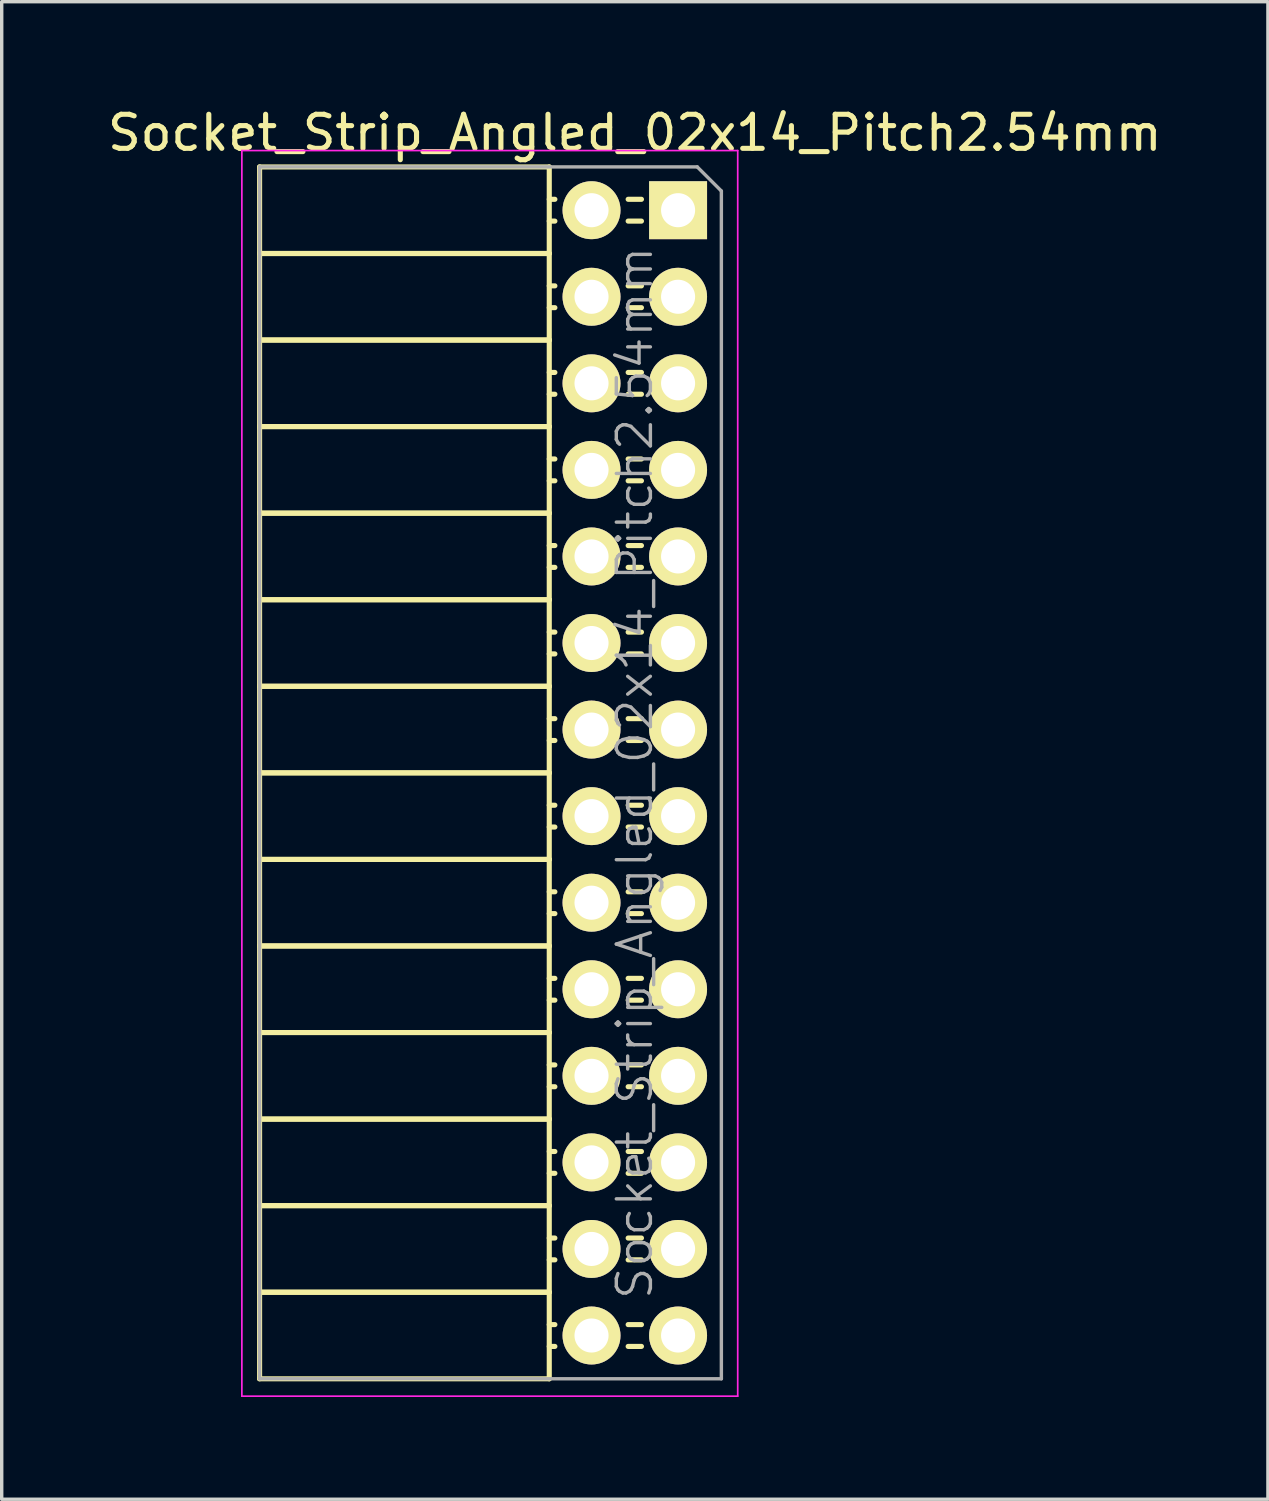
<source format=kicad_pcb>
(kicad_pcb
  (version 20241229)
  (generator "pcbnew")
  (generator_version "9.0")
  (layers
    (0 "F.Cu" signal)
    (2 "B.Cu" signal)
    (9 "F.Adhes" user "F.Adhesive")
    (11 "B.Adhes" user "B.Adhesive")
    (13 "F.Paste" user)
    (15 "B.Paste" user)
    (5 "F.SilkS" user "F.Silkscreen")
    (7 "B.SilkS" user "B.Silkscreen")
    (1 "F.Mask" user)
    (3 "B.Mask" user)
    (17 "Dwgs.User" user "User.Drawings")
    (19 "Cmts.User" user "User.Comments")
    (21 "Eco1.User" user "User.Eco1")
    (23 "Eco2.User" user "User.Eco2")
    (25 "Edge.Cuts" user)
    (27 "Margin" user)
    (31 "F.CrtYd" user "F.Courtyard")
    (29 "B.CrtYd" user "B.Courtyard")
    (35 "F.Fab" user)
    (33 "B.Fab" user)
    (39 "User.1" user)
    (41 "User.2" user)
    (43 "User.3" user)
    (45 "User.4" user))
  (footprint "Socket_Strip_Angled_02x14_Pitch2.54mm"
    (layer "F.Cu")
    (at 16.847 3.118)
    (property "Reference" "Socket_Strip_Angled_02x14_Pitch2.54mm" (at -1.27 -2.27 0) (layer "F.SilkS") (effects (font (size 1 1) (thickness 0.15))))
    (attr smd)
    (fp_line (start -12.28 -1.27) (end -12.28 1.27) (stroke (width 0.15) (type solid)) (layer "F.SilkS"))
    (fp_line (start -12.28 -1.27) (end -3.78 -1.27) (stroke (width 0.15) (type solid)) (layer "F.SilkS"))
    (fp_line (start -12.28 1.27) (end -12.28 3.81) (stroke (width 0.15) (type solid)) (layer "F.SilkS"))
    (fp_line (start -12.28 1.27) (end -3.78 1.27) (stroke (width 0.15) (type solid)) (layer "F.SilkS"))
    (fp_line (start -12.28 1.27) (end -3.78 1.27) (stroke (width 0.15) (type solid)) (layer "F.SilkS"))
    (fp_line (start -12.28 3.81) (end -12.28 6.35) (stroke (width 0.15) (type solid)) (layer "F.SilkS"))
    (fp_line (start -12.28 3.81) (end -3.78 3.81) (stroke (width 0.15) (type solid)) (layer "F.SilkS"))
    (fp_line (start -12.28 3.81) (end -3.78 3.81) (stroke (width 0.15) (type solid)) (layer "F.SilkS"))
    (fp_line (start -12.28 6.35) (end -12.28 8.89) (stroke (width 0.15) (type solid)) (layer "F.SilkS"))
    (fp_line (start -12.28 6.35) (end -3.78 6.35) (stroke (width 0.15) (type solid)) (layer "F.SilkS"))
    (fp_line (start -12.28 6.35) (end -3.78 6.35) (stroke (width 0.15) (type solid)) (layer "F.SilkS"))
    (fp_line (start -12.28 8.89) (end -12.28 11.43) (stroke (width 0.15) (type solid)) (layer "F.SilkS"))
    (fp_line (start -12.28 8.89) (end -3.78 8.89) (stroke (width 0.15) (type solid)) (layer "F.SilkS"))
    (fp_line (start -12.28 8.89) (end -3.78 8.89) (stroke (width 0.15) (type solid)) (layer "F.SilkS"))
    (fp_line (start -12.28 11.43) (end -12.28 13.97) (stroke (width 0.15) (type solid)) (layer "F.SilkS"))
    (fp_line (start -12.28 11.43) (end -3.78 11.43) (stroke (width 0.15) (type solid)) (layer "F.SilkS"))
    (fp_line (start -12.28 11.43) (end -3.78 11.43) (stroke (width 0.15) (type solid)) (layer "F.SilkS"))
    (fp_line (start -12.28 13.97) (end -12.28 16.51) (stroke (width 0.15) (type solid)) (layer "F.SilkS"))
    (fp_line (start -12.28 13.97) (end -3.78 13.97) (stroke (width 0.15) (type solid)) (layer "F.SilkS"))
    (fp_line (start -12.28 13.97) (end -3.78 13.97) (stroke (width 0.15) (type solid)) (layer "F.SilkS"))
    (fp_line (start -12.28 16.51) (end -12.28 19.05) (stroke (width 0.15) (type solid)) (layer "F.SilkS"))
    (fp_line (start -12.28 16.51) (end -3.78 16.51) (stroke (width 0.15) (type solid)) (layer "F.SilkS"))
    (fp_line (start -12.28 16.51) (end -3.78 16.51) (stroke (width 0.15) (type solid)) (layer "F.SilkS"))
    (fp_line (start -12.28 19.05) (end -12.28 21.59) (stroke (width 0.15) (type solid)) (layer "F.SilkS"))
    (fp_line (start -12.28 19.05) (end -3.78 19.05) (stroke (width 0.15) (type solid)) (layer "F.SilkS"))
    (fp_line (start -12.28 19.05) (end -3.78 19.05) (stroke (width 0.15) (type solid)) (layer "F.SilkS"))
    (fp_line (start -12.28 21.59) (end -12.28 24.13) (stroke (width 0.15) (type solid)) (layer "F.SilkS"))
    (fp_line (start -12.28 21.59) (end -3.78 21.59) (stroke (width 0.15) (type solid)) (layer "F.SilkS"))
    (fp_line (start -12.28 21.59) (end -3.78 21.59) (stroke (width 0.15) (type solid)) (layer "F.SilkS"))
    (fp_line (start -12.28 24.13) (end -12.28 26.67) (stroke (width 0.15) (type solid)) (layer "F.SilkS"))
    (fp_line (start -12.28 24.13) (end -3.78 24.13) (stroke (width 0.15) (type solid)) (layer "F.SilkS"))
    (fp_line (start -12.28 24.13) (end -3.78 24.13) (stroke (width 0.15) (type solid)) (layer "F.SilkS"))
    (fp_line (start -12.28 26.67) (end -12.28 29.21) (stroke (width 0.15) (type solid)) (layer "F.SilkS"))
    (fp_line (start -12.28 26.67) (end -3.78 26.67) (stroke (width 0.15) (type solid)) (layer "F.SilkS"))
    (fp_line (start -12.28 26.67) (end -3.78 26.67) (stroke (width 0.15) (type solid)) (layer "F.SilkS"))
    (fp_line (start -12.28 29.21) (end -12.28 31.75) (stroke (width 0.15) (type solid)) (layer "F.SilkS"))
    (fp_line (start -12.28 29.21) (end -3.78 29.21) (stroke (width 0.15) (type solid)) (layer "F.SilkS"))
    (fp_line (start -12.28 29.21) (end -3.78 29.21) (stroke (width 0.15) (type solid)) (layer "F.SilkS"))
    (fp_line (start -12.28 31.75) (end -12.28 34.29) (stroke (width 0.15) (type solid)) (layer "F.SilkS"))
    (fp_line (start -12.28 31.75) (end -3.78 31.75) (stroke (width 0.15) (type solid)) (layer "F.SilkS"))
    (fp_line (start -12.28 31.75) (end -3.78 31.75) (stroke (width 0.15) (type solid)) (layer "F.SilkS"))
    (fp_line (start -12.28 34.29) (end -3.78 34.29) (stroke (width 0.15) (type solid)) (layer "F.SilkS"))
    (fp_line (start -3.78 -1.27) (end -3.78 1.27) (stroke (width 0.15) (type solid)) (layer "F.SilkS"))
    (fp_line (start -3.78 -0.32) (end -3.615 -0.32) (stroke (width 0.15) (type solid)) (layer "F.SilkS"))
    (fp_line (start -3.78 0.32) (end -3.615 0.32) (stroke (width 0.15) (type solid)) (layer "F.SilkS"))
    (fp_line (start -3.78 1.27) (end -3.78 3.81) (stroke (width 0.15) (type solid)) (layer "F.SilkS"))
    (fp_line (start -3.78 2.22) (end -3.615 2.22) (stroke (width 0.15) (type solid)) (layer "F.SilkS"))
    (fp_line (start -3.78 2.86) (end -3.615 2.86) (stroke (width 0.15) (type solid)) (layer "F.SilkS"))
    (fp_line (start -3.78 3.81) (end -3.78 6.35) (stroke (width 0.15) (type solid)) (layer "F.SilkS"))
    (fp_line (start -3.78 4.76) (end -3.615 4.76) (stroke (width 0.15) (type solid)) (layer "F.SilkS"))
    (fp_line (start -3.78 5.4) (end -3.615 5.4) (stroke (width 0.15) (type solid)) (layer "F.SilkS"))
    (fp_line (start -3.78 6.35) (end -3.78 8.89) (stroke (width 0.15) (type solid)) (layer "F.SilkS"))
    (fp_line (start -3.78 7.3) (end -3.615 7.3) (stroke (width 0.15) (type solid)) (layer "F.SilkS"))
    (fp_line (start -3.78 7.94) (end -3.615 7.94) (stroke (width 0.15) (type solid)) (layer "F.SilkS"))
    (fp_line (start -3.78 8.89) (end -3.78 11.43) (stroke (width 0.15) (type solid)) (layer "F.SilkS"))
    (fp_line (start -3.78 9.84) (end -3.615 9.84) (stroke (width 0.15) (type solid)) (layer "F.SilkS"))
    (fp_line (start -3.78 10.48) (end -3.615 10.48) (stroke (width 0.15) (type solid)) (layer "F.SilkS"))
    (fp_line (start -3.78 11.43) (end -3.78 13.97) (stroke (width 0.15) (type solid)) (layer "F.SilkS"))
    (fp_line (start -3.78 12.38) (end -3.615 12.38) (stroke (width 0.15) (type solid)) (layer "F.SilkS"))
    (fp_line (start -3.78 13.02) (end -3.615 13.02) (stroke (width 0.15) (type solid)) (layer "F.SilkS"))
    (fp_line (start -3.78 13.97) (end -3.78 16.51) (stroke (width 0.15) (type solid)) (layer "F.SilkS"))
    (fp_line (start -3.78 14.92) (end -3.615 14.92) (stroke (width 0.15) (type solid)) (layer "F.SilkS"))
    (fp_line (start -3.78 15.56) (end -3.615 15.56) (stroke (width 0.15) (type solid)) (layer "F.SilkS"))
    (fp_line (start -3.78 16.51) (end -3.78 19.05) (stroke (width 0.15) (type solid)) (layer "F.SilkS"))
    (fp_line (start -3.78 17.46) (end -3.615 17.46) (stroke (width 0.15) (type solid)) (layer "F.SilkS"))
    (fp_line (start -3.78 18.1) (end -3.615 18.1) (stroke (width 0.15) (type solid)) (layer "F.SilkS"))
    (fp_line (start -3.78 19.05) (end -3.78 21.59) (stroke (width 0.15) (type solid)) (layer "F.SilkS"))
    (fp_line (start -3.78 20) (end -3.615 20) (stroke (width 0.15) (type solid)) (layer "F.SilkS"))
    (fp_line (start -3.78 20.64) (end -3.615 20.64) (stroke (width 0.15) (type solid)) (layer "F.SilkS"))
    (fp_line (start -3.78 21.59) (end -3.78 24.13) (stroke (width 0.15) (type solid)) (layer "F.SilkS"))
    (fp_line (start -3.78 22.54) (end -3.615 22.54) (stroke (width 0.15) (type solid)) (layer "F.SilkS"))
    (fp_line (start -3.78 23.18) (end -3.615 23.18) (stroke (width 0.15) (type solid)) (layer "F.SilkS"))
    (fp_line (start -3.78 24.13) (end -3.78 26.67) (stroke (width 0.15) (type solid)) (layer "F.SilkS"))
    (fp_line (start -3.78 25.08) (end -3.615 25.08) (stroke (width 0.15) (type solid)) (layer "F.SilkS"))
    (fp_line (start -3.78 25.72) (end -3.615 25.72) (stroke (width 0.15) (type solid)) (layer "F.SilkS"))
    (fp_line (start -3.78 26.67) (end -3.78 29.21) (stroke (width 0.15) (type solid)) (layer "F.SilkS"))
    (fp_line (start -3.78 27.62) (end -3.615 27.62) (stroke (width 0.15) (type solid)) (layer "F.SilkS"))
    (fp_line (start -3.78 28.26) (end -3.615 28.26) (stroke (width 0.15) (type solid)) (layer "F.SilkS"))
    (fp_line (start -3.78 29.21) (end -3.78 31.75) (stroke (width 0.15) (type solid)) (layer "F.SilkS"))
    (fp_line (start -3.78 30.16) (end -3.615 30.16) (stroke (width 0.15) (type solid)) (layer "F.SilkS"))
    (fp_line (start -3.78 30.8) (end -3.615 30.8) (stroke (width 0.15) (type solid)) (layer "F.SilkS"))
    (fp_line (start -3.78 31.75) (end -3.78 34.29) (stroke (width 0.15) (type solid)) (layer "F.SilkS"))
    (fp_line (start -3.78 32.7) (end -3.615 32.7) (stroke (width 0.15) (type solid)) (layer "F.SilkS"))
    (fp_line (start -3.78 33.34) (end -3.615 33.34) (stroke (width 0.15) (type solid)) (layer "F.SilkS"))
    (fp_line (start -1.075 -0.32) (end -1.465 -0.32) (stroke (width 0.15) (type solid)) (layer "F.SilkS"))
    (fp_line (start -1.075 0.32) (end -1.465 0.32) (stroke (width 0.15) (type solid)) (layer "F.SilkS"))
    (fp_line (start -1.075 2.22) (end -1.465 2.22) (stroke (width 0.15) (type solid)) (layer "F.SilkS"))
    (fp_line (start -1.075 2.86) (end -1.465 2.86) (stroke (width 0.15) (type solid)) (layer "F.SilkS"))
    (fp_line (start -1.075 4.76) (end -1.465 4.76) (stroke (width 0.15) (type solid)) (layer "F.SilkS"))
    (fp_line (start -1.075 5.4) (end -1.465 5.4) (stroke (width 0.15) (type solid)) (layer "F.SilkS"))
    (fp_line (start -1.075 7.3) (end -1.465 7.3) (stroke (width 0.15) (type solid)) (layer "F.SilkS"))
    (fp_line (start -1.075 7.94) (end -1.465 7.94) (stroke (width 0.15) (type solid)) (layer "F.SilkS"))
    (fp_line (start -1.075 9.84) (end -1.465 9.84) (stroke (width 0.15) (type solid)) (layer "F.SilkS"))
    (fp_line (start -1.075 10.48) (end -1.465 10.48) (stroke (width 0.15) (type solid)) (layer "F.SilkS"))
    (fp_line (start -1.075 12.38) (end -1.465 12.38) (stroke (width 0.15) (type solid)) (layer "F.SilkS"))
    (fp_line (start -1.075 13.02) (end -1.465 13.02) (stroke (width 0.15) (type solid)) (layer "F.SilkS"))
    (fp_line (start -1.075 14.92) (end -1.465 14.92) (stroke (width 0.15) (type solid)) (layer "F.SilkS"))
    (fp_line (start -1.075 15.56) (end -1.465 15.56) (stroke (width 0.15) (type solid)) (layer "F.SilkS"))
    (fp_line (start -1.075 17.46) (end -1.465 17.46) (stroke (width 0.15) (type solid)) (layer "F.SilkS"))
    (fp_line (start -1.075 18.1) (end -1.465 18.1) (stroke (width 0.15) (type solid)) (layer "F.SilkS"))
    (fp_line (start -1.075 20) (end -1.465 20) (stroke (width 0.15) (type solid)) (layer "F.SilkS"))
    (fp_line (start -1.075 20.64) (end -1.465 20.64) (stroke (width 0.15) (type solid)) (layer "F.SilkS"))
    (fp_line (start -1.075 22.54) (end -1.465 22.54) (stroke (width 0.15) (type solid)) (layer "F.SilkS"))
    (fp_line (start -1.075 23.18) (end -1.465 23.18) (stroke (width 0.15) (type solid)) (layer "F.SilkS"))
    (fp_line (start -1.075 25.08) (end -1.465 25.08) (stroke (width 0.15) (type solid)) (layer "F.SilkS"))
    (fp_line (start -1.075 25.72) (end -1.465 25.72) (stroke (width 0.15) (type solid)) (layer "F.SilkS"))
    (fp_line (start -1.075 27.62) (end -1.465 27.62) (stroke (width 0.15) (type solid)) (layer "F.SilkS"))
    (fp_line (start -1.075 28.26) (end -1.465 28.26) (stroke (width 0.15) (type solid)) (layer "F.SilkS"))
    (fp_line (start -1.075 30.16) (end -1.465 30.16) (stroke (width 0.15) (type solid)) (layer "F.SilkS"))
    (fp_line (start -1.075 30.8) (end -1.465 30.8) (stroke (width 0.15) (type solid)) (layer "F.SilkS"))
    (fp_line (start -1.075 32.7) (end -1.465 32.7) (stroke (width 0.15) (type solid)) (layer "F.SilkS"))
    (fp_line (start -1.075 33.34) (end -1.465 33.34) (stroke (width 0.15) (type solid)) (layer "F.SilkS"))
    (fp_line (start -12.8 -1.75) (end 1.75 -1.75) (stroke (width 0.05) (type solid)) (layer "F.CrtYd"))
    (fp_line (start -12.8 34.8) (end -12.8 -1.75) (stroke (width 0.05) (type solid)) (layer "F.CrtYd"))
    (fp_line (start -12.8 34.8) (end 1.75 34.8) (stroke (width 0.05) (type solid)) (layer "F.CrtYd"))
    (fp_line (start 1.75 34.8) (end 1.75 -1.75) (stroke (width 0.05) (type solid)) (layer "F.CrtYd"))
    (fp_line (start -12.28 -1.27) (end 0.563 -1.27) (stroke (width 0.1) (type solid)) (layer "F.Fab"))
    (fp_line (start -12.28 34.29) (end -12.28 -1.27) (stroke (width 0.1) (type solid)) (layer "F.Fab"))
    (fp_line (start -12.28 34.29) (end 1.27 34.29) (stroke (width 0.1) (type solid)) (layer "F.Fab"))
    (fp_line (start 1.27 -0.563) (end 0.563 -1.27) (stroke (width 0.1) (type solid)) (layer "F.Fab"))
    (fp_line (start 1.27 34.29) (end 1.27 -0.563) (stroke (width 0.1) (type solid)) (layer "F.Fab"))
    (fp_text user "${REFERENCE}" (at -1.27 16.51 90) (layer "F.Fab") (effects (font (size 1 1) (thickness 0.1))))
    (pad "1" thru_hole rect (at 0 0) (size 1.7 1.7) (drill 1) (layers "*.Cu" "*.Mask" "F.SilkS"))
    (pad "2" thru_hole oval (at -2.54 0) (size 1.7 1.7) (drill 1) (layers "*.Cu" "*.Mask" "F.SilkS"))
    (pad "3" thru_hole oval (at 0 2.54) (size 1.7 1.7) (drill 1) (layers "*.Cu" "*.Mask" "F.SilkS"))
    (pad "4" thru_hole oval (at -2.54 2.54) (size 1.7 1.7) (drill 1) (layers "*.Cu" "*.Mask" "F.SilkS"))
    (pad "5" thru_hole oval (at 0 5.08) (size 1.7 1.7) (drill 1) (layers "*.Cu" "*.Mask" "F.SilkS"))
    (pad "6" thru_hole oval (at -2.54 5.08) (size 1.7 1.7) (drill 1) (layers "*.Cu" "*.Mask" "F.SilkS"))
    (pad "7" thru_hole oval (at 0 7.62) (size 1.7 1.7) (drill 1) (layers "*.Cu" "*.Mask" "F.SilkS"))
    (pad "8" thru_hole oval (at -2.54 7.62) (size 1.7 1.7) (drill 1) (layers "*.Cu" "*.Mask" "F.SilkS"))
    (pad "9" thru_hole oval (at 0 10.16) (size 1.7 1.7) (drill 1) (layers "*.Cu" "*.Mask" "F.SilkS"))
    (pad "10" thru_hole oval (at -2.54 10.16) (size 1.7 1.7) (drill 1) (layers "*.Cu" "*.Mask" "F.SilkS"))
    (pad "11" thru_hole oval (at 0 12.7) (size 1.7 1.7) (drill 1) (layers "*.Cu" "*.Mask" "F.SilkS"))
    (pad "12" thru_hole oval (at -2.54 12.7) (size 1.7 1.7) (drill 1) (layers "*.Cu" "*.Mask" "F.SilkS"))
    (pad "13" thru_hole oval (at 0 15.24) (size 1.7 1.7) (drill 1) (layers "*.Cu" "*.Mask" "F.SilkS"))
    (pad "14" thru_hole oval (at -2.54 15.24) (size 1.7 1.7) (drill 1) (layers "*.Cu" "*.Mask" "F.SilkS"))
    (pad "15" thru_hole oval (at 0 17.78) (size 1.7 1.7) (drill 1) (layers "*.Cu" "*.Mask" "F.SilkS"))
    (pad "16" thru_hole oval (at -2.54 17.78) (size 1.7 1.7) (drill 1) (layers "*.Cu" "*.Mask" "F.SilkS"))
    (pad "17" thru_hole oval (at 0 20.32) (size 1.7 1.7) (drill 1) (layers "*.Cu" "*.Mask" "F.SilkS"))
    (pad "18" thru_hole oval (at -2.54 20.32) (size 1.7 1.7) (drill 1) (layers "*.Cu" "*.Mask" "F.SilkS"))
    (pad "19" thru_hole oval (at 0 22.86) (size 1.7 1.7) (drill 1) (layers "*.Cu" "*.Mask" "F.SilkS"))
    (pad "20" thru_hole oval (at -2.54 22.86) (size 1.7 1.7) (drill 1) (layers "*.Cu" "*.Mask" "F.SilkS"))
    (pad "21" thru_hole oval (at 0 25.4) (size 1.7 1.7) (drill 1) (layers "*.Cu" "*.Mask" "F.SilkS"))
    (pad "22" thru_hole oval (at -2.54 25.4) (size 1.7 1.7) (drill 1) (layers "*.Cu" "*.Mask" "F.SilkS"))
    (pad "23" thru_hole oval (at 0 27.94) (size 1.7 1.7) (drill 1) (layers "*.Cu" "*.Mask" "F.SilkS"))
    (pad "24" thru_hole oval (at -2.54 27.94) (size 1.7 1.7) (drill 1) (layers "*.Cu" "*.Mask" "F.SilkS"))
    (pad "25" thru_hole oval (at 0 30.48) (size 1.7 1.7) (drill 1) (layers "*.Cu" "*.Mask" "F.SilkS"))
    (pad "26" thru_hole oval (at -2.54 30.48) (size 1.7 1.7) (drill 1) (layers "*.Cu" "*.Mask" "F.SilkS"))
    (pad "27" thru_hole oval (at 0 33.02) (size 1.7 1.7) (drill 1) (layers "*.Cu" "*.Mask" "F.SilkS"))
    (pad "28" thru_hole oval (at -2.54 33.02) (size 1.7 1.7) (drill 1) (layers "*.Cu" "*.Mask" "F.SilkS")))
  (gr_rect
    (start -3 -3)
    (end 34.155 40.943)
    (stroke (width 0.1) (type default))
    (fill no)
    (layer "Edge.Cuts")))
</source>
